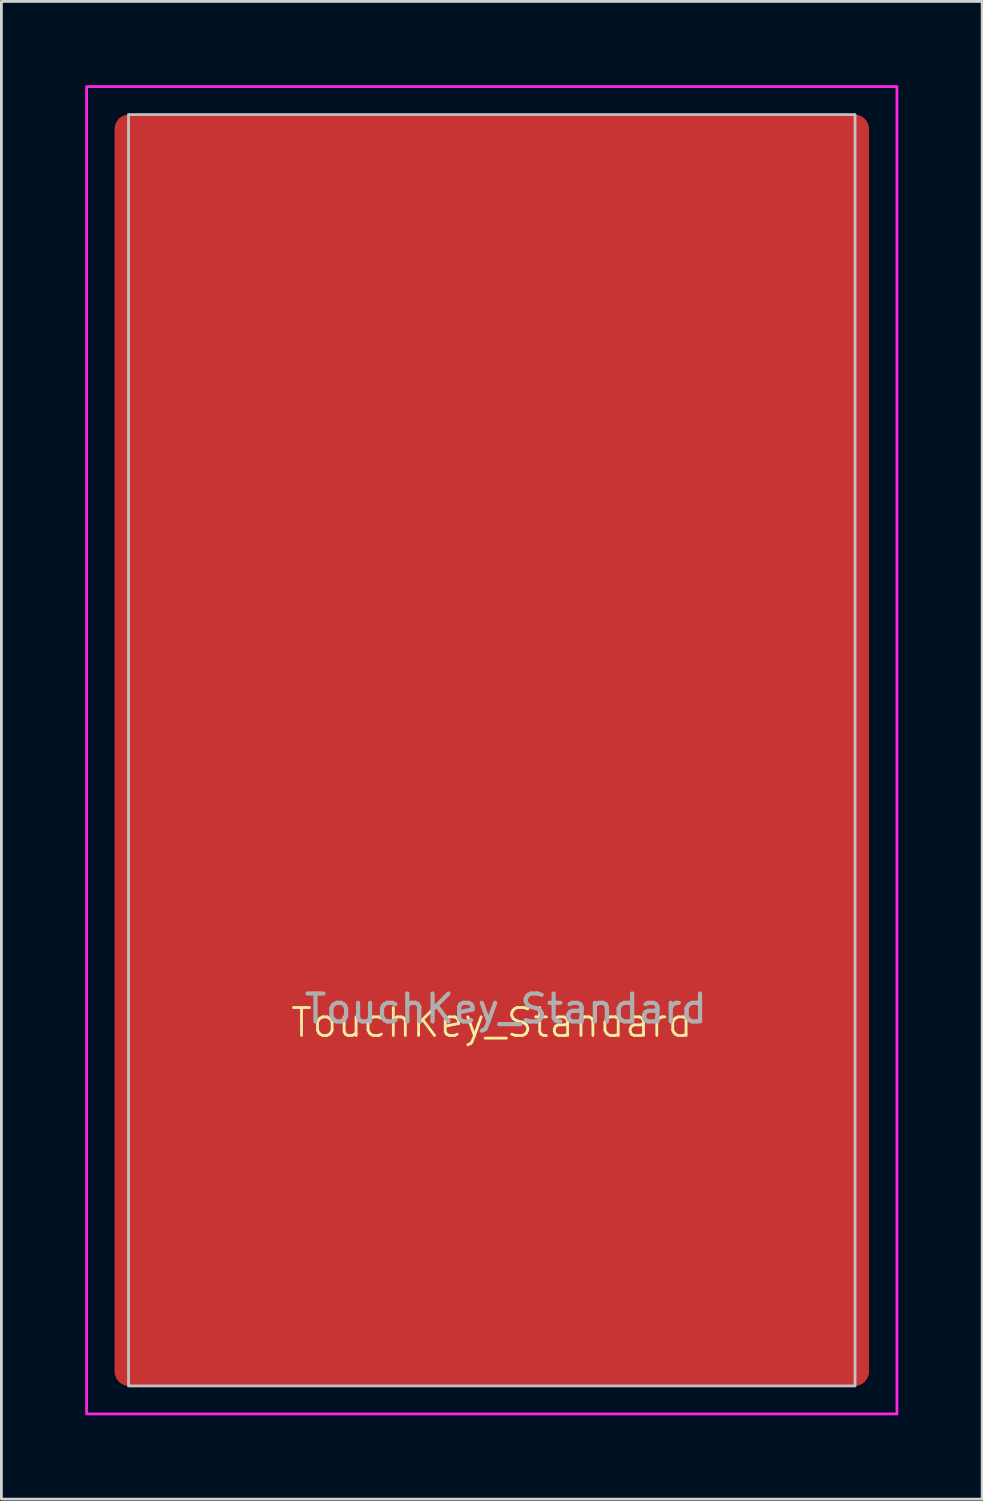
<source format=kicad_pcb>
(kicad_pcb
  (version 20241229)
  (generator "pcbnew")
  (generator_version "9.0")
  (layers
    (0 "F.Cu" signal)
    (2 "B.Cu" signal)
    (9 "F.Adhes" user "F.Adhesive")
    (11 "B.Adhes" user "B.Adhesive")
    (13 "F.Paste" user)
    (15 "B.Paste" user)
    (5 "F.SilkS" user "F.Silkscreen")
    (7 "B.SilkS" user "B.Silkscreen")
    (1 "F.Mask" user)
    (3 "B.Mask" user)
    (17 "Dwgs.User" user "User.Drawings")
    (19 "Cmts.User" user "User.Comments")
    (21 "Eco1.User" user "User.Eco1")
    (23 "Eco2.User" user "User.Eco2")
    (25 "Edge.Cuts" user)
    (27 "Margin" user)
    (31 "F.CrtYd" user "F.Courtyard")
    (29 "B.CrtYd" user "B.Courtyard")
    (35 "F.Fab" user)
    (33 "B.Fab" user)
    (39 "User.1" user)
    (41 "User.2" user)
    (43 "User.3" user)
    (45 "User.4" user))
  (footprint "TouchKey_Standard"
    (layer "F.Cu")
    (at 14.55 27.05)
    (property "Reference" "TouchKey_Standard" (at 0 6.5 0) (unlocked yes) (layer "F.SilkS") (effects (font (size 1 1) (thickness 0.1))))
    (attr smd)
    (fp_rect (start -13 -26) (end 13 19.5) (stroke (width 0.1) (type default)) (fill no) (layer "Dwgs.User"))
    (fp_rect (start -14.5 -27) (end 14.5 20.5) (stroke (width 0.1) (type default)) (fill no) (layer "F.CrtYd"))
    (fp_text user "${REFERENCE}" (at 0.5 6 0) (unlocked yes) (layer "F.Fab") (effects (font (size 1 1) (thickness 0.15))))
    (pad "1" smd roundrect (at 0 -3.25) (size 27 45.5) (layers "F.Cu") (roundrect_rratio 0.019)))
  (gr_rect
    (start -3 -3)
    (end 32.1 50.6)
    (stroke (width 0.1) (type default))
    (fill no)
    (layer "Edge.Cuts")))
</source>
